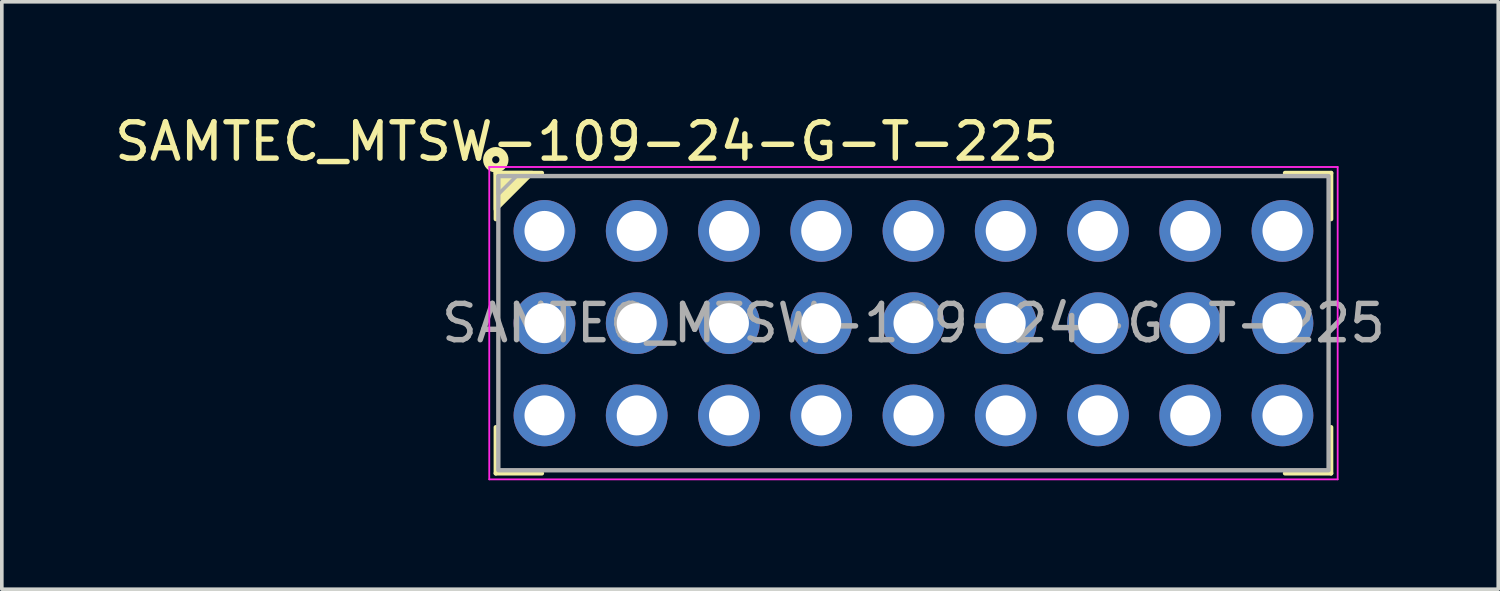
<source format=kicad_pcb>
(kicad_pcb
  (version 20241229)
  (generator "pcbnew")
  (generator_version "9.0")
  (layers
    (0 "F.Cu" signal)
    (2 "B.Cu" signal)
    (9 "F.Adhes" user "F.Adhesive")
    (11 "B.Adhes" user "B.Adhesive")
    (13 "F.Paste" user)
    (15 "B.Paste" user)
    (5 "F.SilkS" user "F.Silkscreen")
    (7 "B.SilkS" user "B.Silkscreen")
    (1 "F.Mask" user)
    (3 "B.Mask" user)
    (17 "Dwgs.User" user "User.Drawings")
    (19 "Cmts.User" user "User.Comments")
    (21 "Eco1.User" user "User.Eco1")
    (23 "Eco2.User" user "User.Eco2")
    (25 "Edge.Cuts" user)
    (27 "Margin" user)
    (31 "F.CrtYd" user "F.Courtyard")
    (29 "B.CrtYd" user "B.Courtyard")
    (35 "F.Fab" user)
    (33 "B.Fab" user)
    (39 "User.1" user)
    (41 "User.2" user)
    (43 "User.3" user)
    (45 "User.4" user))
  (footprint "SAMTEC_MTSW-109-24-G-T-225"
    (layer "F.Cu")
    (at 22.101 5.848)
    (property "Reference" "SAMTEC_MTSW-109-24-G-T-225" (at -9 -5 0) (unlocked yes) (layer "F.SilkS") (effects (font (size 1 1) (thickness 0.15))))
    (attr smd)
    (fp_line (start -11.5 -2.865) (end -11.5 -4.135) (stroke (width 0.12) (type solid)) (layer "F.SilkS"))
    (fp_line (start -11.5 2.865) (end -11.5 4.135) (stroke (width 0.12) (type solid)) (layer "F.SilkS"))
    (fp_line (start -10.23 -4.135) (end -11.5 -4.135) (stroke (width 0.12) (type solid)) (layer "F.SilkS"))
    (fp_line (start -10.23 4.135) (end -11.5 4.135) (stroke (width 0.12) (type solid)) (layer "F.SilkS"))
    (fp_line (start 10.23 -4.135) (end 11.5 -4.135) (stroke (width 0.12) (type solid)) (layer "F.SilkS"))
    (fp_line (start 10.23 4.135) (end 11.5 4.135) (stroke (width 0.12) (type solid)) (layer "F.SilkS"))
    (fp_line (start 11.5 -2.865) (end 11.5 -4.135) (stroke (width 0.12) (type solid)) (layer "F.SilkS"))
    (fp_line (start 11.5 2.865) (end 11.5 4.135) (stroke (width 0.12) (type solid)) (layer "F.SilkS"))
    (fp_circle (center -11.5 -4.5) (end -11.4 -4.5) (stroke (width 0.25) (type solid)) (fill no) (layer "F.SilkS"))
    (fp_poly (pts (xy -11.5 -3.135) (xy -11.5 -4.135) (xy -10.5 -4.135)) (stroke (width 0.12) (type solid)) (fill yes) (layer "F.SilkS"))
    (fp_line (start -11.68 4.3) (end -11.68 -4.3) (stroke (width 0.05) (type solid)) (layer "F.CrtYd"))
    (fp_line (start 11.68 -4.3) (end -11.68 -4.3) (stroke (width 0.05) (type solid)) (layer "F.CrtYd"))
    (fp_line (start 11.68 -4.3) (end 11.68 4.3) (stroke (width 0.05) (type solid)) (layer "F.CrtYd"))
    (fp_line (start 11.68 4.3) (end -11.68 4.3) (stroke (width 0.05) (type solid)) (layer "F.CrtYd"))
    (fp_rect (start 11.43 -4.05) (end -11.43 4.05) (stroke (width 0.12) (type solid)) (fill no) (layer "F.Fab"))
    (fp_poly (pts (xy -11.43 -3.55) (xy -11.43 -4.05) (xy -10.93 -4.05)) (stroke (width 0.1) (type solid)) (fill no) (layer "F.Fab"))
    (fp_text user "${REFERENCE}" (at 0 0 0) (unlocked yes) (layer "F.Fab") (effects (font (size 1 1) (thickness 0.15))))
    (pad "1" thru_hole circle (at -10.16 -2.54) (size 1.7 1.7) (drill 1.1) (layers "*.Cu" "*.Mask"))
    (pad "2" thru_hole circle (at -7.62 -2.54) (size 1.7 1.7) (drill 1.1) (layers "*.Cu" "*.Mask"))
    (pad "3" thru_hole circle (at -5.08 -2.54) (size 1.7 1.7) (drill 1.1) (layers "*.Cu" "*.Mask"))
    (pad "4" thru_hole circle (at -2.54 -2.54) (size 1.7 1.7) (drill 1.1) (layers "*.Cu" "*.Mask"))
    (pad "5" thru_hole circle (at 0 -2.54) (size 1.7 1.7) (drill 1.1) (layers "*.Cu" "*.Mask"))
    (pad "6" thru_hole circle (at 2.54 -2.54) (size 1.7 1.7) (drill 1.1) (layers "*.Cu" "*.Mask"))
    (pad "7" thru_hole circle (at 5.08 -2.54) (size 1.7 1.7) (drill 1.1) (layers "*.Cu" "*.Mask"))
    (pad "8" thru_hole circle (at 7.62 -2.54) (size 1.7 1.7) (drill 1.1) (layers "*.Cu" "*.Mask"))
    (pad "9" thru_hole circle (at 10.16 -2.54) (size 1.7 1.7) (drill 1.1) (layers "*.Cu" "*.Mask"))
    (pad "10" thru_hole circle (at -10.16 0) (size 1.7 1.7) (drill 1.1) (layers "*.Cu" "*.Mask"))
    (pad "11" thru_hole circle (at -7.62 0) (size 1.7 1.7) (drill 1.1) (layers "*.Cu" "*.Mask"))
    (pad "12" thru_hole circle (at -5.08 0) (size 1.7 1.7) (drill 1.1) (layers "*.Cu" "*.Mask"))
    (pad "13" thru_hole circle (at -2.54 0) (size 1.7 1.7) (drill 1.1) (layers "*.Cu" "*.Mask"))
    (pad "14" thru_hole circle (at 0 0) (size 1.7 1.7) (drill 1.1) (layers "*.Cu" "*.Mask"))
    (pad "15" thru_hole circle (at 2.54 0) (size 1.7 1.7) (drill 1.1) (layers "*.Cu" "*.Mask"))
    (pad "16" thru_hole circle (at 5.08 0) (size 1.7 1.7) (drill 1.1) (layers "*.Cu" "*.Mask"))
    (pad "17" thru_hole circle (at 7.62 0) (size 1.7 1.7) (drill 1.1) (layers "*.Cu" "*.Mask"))
    (pad "18" thru_hole circle (at 10.16 0) (size 1.7 1.7) (drill 1.1) (layers "*.Cu" "*.Mask"))
    (pad "19" thru_hole circle (at -10.16 2.54) (size 1.7 1.7) (drill 1.1) (layers "*.Cu" "*.Mask"))
    (pad "20" thru_hole circle (at -7.62 2.54) (size 1.7 1.7) (drill 1.1) (layers "*.Cu" "*.Mask"))
    (pad "21" thru_hole circle (at -5.08 2.54) (size 1.7 1.7) (drill 1.1) (layers "*.Cu" "*.Mask"))
    (pad "22" thru_hole circle (at -2.54 2.54) (size 1.7 1.7) (drill 1.1) (layers "*.Cu" "*.Mask"))
    (pad "23" thru_hole circle (at 0 2.54) (size 1.7 1.7) (drill 1.1) (layers "*.Cu" "*.Mask"))
    (pad "24" thru_hole circle (at 2.54 2.54) (size 1.7 1.7) (drill 1.1) (layers "*.Cu" "*.Mask"))
    (pad "25" thru_hole circle (at 5.08 2.54) (size 1.7 1.7) (drill 1.1) (layers "*.Cu" "*.Mask"))
    (pad "26" thru_hole circle (at 7.62 2.54) (size 1.7 1.7) (drill 1.1) (layers "*.Cu" "*.Mask"))
    (pad "27" thru_hole circle (at 10.16 2.54) (size 1.7 1.7) (drill 1.1) (layers "*.Cu" "*.Mask")))
  (gr_rect
    (start -3 -3)
    (end 38.202 13.173)
    (stroke (width 0.1) (type default))
    (fill no)
    (layer "Edge.Cuts")))
</source>
